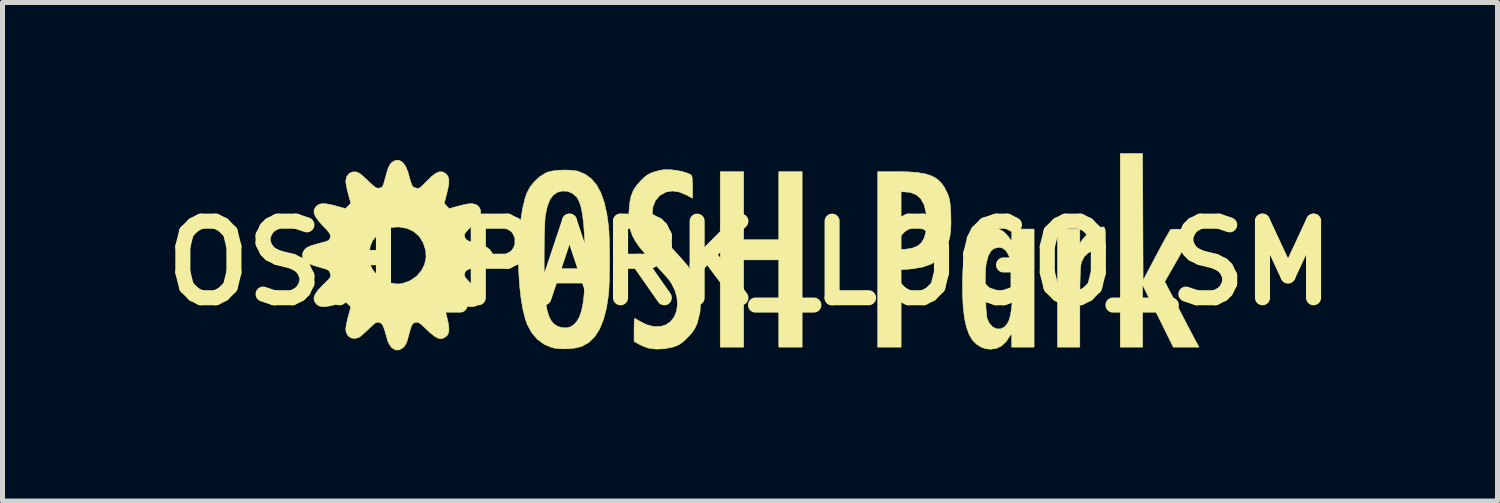
<source format=kicad_pcb>
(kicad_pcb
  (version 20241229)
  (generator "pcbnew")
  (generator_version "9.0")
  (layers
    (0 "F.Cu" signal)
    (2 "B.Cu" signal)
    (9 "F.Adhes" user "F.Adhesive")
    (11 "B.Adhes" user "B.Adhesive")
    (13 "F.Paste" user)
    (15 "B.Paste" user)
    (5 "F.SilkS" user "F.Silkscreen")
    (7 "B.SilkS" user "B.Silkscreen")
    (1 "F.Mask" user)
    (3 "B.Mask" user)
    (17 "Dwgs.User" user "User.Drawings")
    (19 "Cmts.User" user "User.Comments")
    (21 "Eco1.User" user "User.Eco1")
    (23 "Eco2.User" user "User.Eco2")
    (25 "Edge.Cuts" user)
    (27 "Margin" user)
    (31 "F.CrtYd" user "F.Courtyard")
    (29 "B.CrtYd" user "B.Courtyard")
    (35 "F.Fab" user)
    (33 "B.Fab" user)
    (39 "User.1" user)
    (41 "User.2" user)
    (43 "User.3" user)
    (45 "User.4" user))
  (footprint "OSH_PARK_LOGO_SM"
    (layer "F.Cu")
    (at 11.873 2.185)
    (property "Reference" "OSH_PARK_LOGO_SM" (at 0 0 0) (layer "F.SilkS") (effects (font (size 1.524 1.524) (thickness 0.3))))
    (attr through_hole)
    (fp_poly (pts (xy -0.127 -0.466) (xy 0.572 -0.466) (xy 0.572 -1.82) (xy 1.037 -1.82) (xy 1.037 1.672) (xy 0.572 1.672) (xy 0.572 -0.064) (xy -0.127 -0.064) (xy -0.127 1.672) (xy -0.593 1.672) (xy -0.593 -1.82) (xy -0.127 -1.82) (xy -0.127 -0.466)) (stroke (width 0.01) (type solid)) (fill yes) (layer "F.SilkS"))
    (fp_poly (pts (xy 7.051 -0.707) (xy 7.065 -0.669) (xy 7.069 -0.601) (xy 7.07 -0.497) (xy 7.07 -0.275) (xy 6.99 -0.275) (xy 6.851 -0.258) (xy 6.738 -0.21) (xy 6.652 -0.132) (xy 6.597 -0.026) (xy 6.586 0.017) (xy 6.578 0.075) (xy 6.572 0.172) (xy 6.568 0.308) (xy 6.564 0.481) (xy 6.562 0.688) (xy 6.562 0.901) (xy 6.562 1.672) (xy 6.117 1.672) (xy 6.117 -0.677) (xy 6.562 -0.677) (xy 6.562 -0.396) (xy 6.624 -0.481) (xy 6.725 -0.594) (xy 6.841 -0.67) (xy 6.911 -0.696) (xy 6.979 -0.714) (xy 7.025 -0.72) (xy 7.051 -0.707)) (stroke (width 0.01) (type solid)) (fill yes) (layer "F.SilkS"))
    (fp_poly (pts (xy 7.816 -0.919) (xy 7.821 0.342) (xy 8.086 -0.16) (xy 8.157 -0.293) (xy 8.222 -0.414) (xy 8.279 -0.517) (xy 8.325 -0.597) (xy 8.357 -0.65) (xy 8.373 -0.67) (xy 8.402 -0.673) (xy 8.464 -0.675) (xy 8.548 -0.674) (xy 8.62 -0.673) (xy 8.845 -0.667) (xy 8.549 -0.149) (xy 8.252 0.369) (xy 8.346 0.55) (xy 8.389 0.631) (xy 8.445 0.739) (xy 8.509 0.863) (xy 8.575 0.991) (xy 8.615 1.069) (xy 8.678 1.189) (xy 8.739 1.308) (xy 8.795 1.414) (xy 8.84 1.498) (xy 8.862 1.54) (xy 8.934 1.672) (xy 8.422 1.672) (xy 8.116 1.053) (xy 7.811 0.434) (xy 7.811 1.672) (xy 7.366 1.672) (xy 7.366 -2.18) (xy 7.81 -2.18) (xy 7.816 -0.919)) (stroke (width 0.01) (type solid)) (fill yes) (layer "F.SilkS"))
    (fp_poly (pts (xy 3.146 -1.816) (xy 3.332 -1.802) (xy 3.486 -1.776) (xy 3.612 -1.736) (xy 3.714 -1.679) (xy 3.797 -1.605) (xy 3.866 -1.51) (xy 3.925 -1.393) (xy 3.942 -1.352) (xy 3.962 -1.291) (xy 3.976 -1.222) (xy 3.986 -1.136) (xy 3.993 -1.021) (xy 3.996 -0.953) (xy 3.998 -0.776) (xy 3.991 -0.631) (xy 3.973 -0.509) (xy 3.943 -0.398) (xy 3.902 -0.293) (xy 3.826 -0.162) (xy 3.725 -0.057) (xy 3.597 0.022) (xy 3.439 0.077) (xy 3.247 0.111) (xy 3.191 0.117) (xy 3.006 0.132) (xy 3.006 1.672) (xy 2.54 1.672) (xy 2.54 -0.275) (xy 3.006 -0.275) (xy 3.07 -0.275) (xy 3.132 -0.281) (xy 3.208 -0.294) (xy 3.232 -0.299) (xy 3.334 -0.34) (xy 3.411 -0.406) (xy 3.466 -0.5) (xy 3.499 -0.626) (xy 3.513 -0.786) (xy 3.514 -0.831) (xy 3.501 -1.013) (xy 3.463 -1.162) (xy 3.4 -1.277) (xy 3.312 -1.357) (xy 3.198 -1.404) (xy 3.074 -1.418) (xy 3.006 -1.418) (xy 3.006 -0.275) (xy 2.54 -0.275) (xy 2.54 -1.82) (xy 2.922 -1.82) (xy 3.146 -1.816)) (stroke (width 0.01) (type solid)) (fill yes) (layer "F.SilkS"))
    (fp_poly (pts (xy 4.949 -0.683) (xy 5.058 -0.615) (xy 5.134 -0.534) (xy 5.207 -0.438) (xy 5.207 -0.677) (xy 5.652 -0.677) (xy 5.652 1.672) (xy 5.207 1.672) (xy 5.206 1.529) (xy 5.205 1.456) (xy 5.2 1.42) (xy 5.192 1.416) (xy 5.183 1.429) (xy 5.098 1.558) (xy 5.005 1.647) (xy 4.9 1.698) (xy 4.782 1.714) (xy 4.7 1.704) (xy 4.617 1.68) (xy 4.604 1.674) (xy 4.506 1.613) (xy 4.423 1.527) (xy 4.357 1.414) (xy 4.305 1.27) (xy 4.267 1.095) (xy 4.242 0.885) (xy 4.229 0.637) (xy 4.227 0.466) (xy 4.229 0.337) (xy 4.681 0.337) (xy 4.682 0.475) (xy 4.684 0.618) (xy 4.689 0.757) (xy 4.695 0.885) (xy 4.703 0.993) (xy 4.712 1.073) (xy 4.72 1.11) (xy 4.765 1.204) (xy 4.828 1.271) (xy 4.904 1.307) (xy 4.984 1.309) (xy 5.061 1.273) (xy 5.064 1.27) (xy 5.107 1.223) (xy 5.145 1.159) (xy 5.151 1.145) (xy 5.181 1.039) (xy 5.204 0.901) (xy 5.219 0.74) (xy 5.226 0.566) (xy 5.225 0.388) (xy 5.215 0.216) (xy 5.198 0.058) (xy 5.173 -0.074) (xy 5.152 -0.143) (xy 5.101 -0.237) (xy 5.034 -0.295) (xy 4.954 -0.315) (xy 4.865 -0.294) (xy 4.849 -0.287) (xy 4.787 -0.232) (xy 4.738 -0.139) (xy 4.703 -0.007) (xy 4.695 0.037) (xy 4.688 0.11) (xy 4.683 0.213) (xy 4.681 0.337) (xy 4.229 0.337) (xy 4.23 0.267) (xy 4.237 0.102) (xy 4.251 -0.038) (xy 4.271 -0.16) (xy 4.3 -0.273) (xy 4.338 -0.385) (xy 4.405 -0.513) (xy 4.494 -0.612) (xy 4.599 -0.679) (xy 4.714 -0.714) (xy 4.833 -0.716) (xy 4.949 -0.683)) (stroke (width 0.01) (type solid)) (fill yes) (layer "F.SilkS"))
    (fp_poly (pts (xy -1.585 -1.858) (xy -1.569 -1.857) (xy -1.459 -1.844) (xy -1.35 -1.822) (xy -1.255 -1.794) (xy -1.186 -1.763) (xy -1.169 -1.752) (xy -1.155 -1.72) (xy -1.147 -1.652) (xy -1.143 -1.544) (xy -1.143 -1.511) (xy -1.143 -1.291) (xy -1.268 -1.357) (xy -1.415 -1.417) (xy -1.55 -1.435) (xy -1.675 -1.413) (xy -1.788 -1.35) (xy -1.803 -1.338) (xy -1.882 -1.244) (xy -1.931 -1.123) (xy -1.947 -0.982) (xy -1.944 -0.9) (xy -1.934 -0.826) (xy -1.912 -0.756) (xy -1.877 -0.684) (xy -1.823 -0.604) (xy -1.75 -0.512) (xy -1.652 -0.402) (xy -1.527 -0.268) (xy -1.514 -0.254) (xy -1.421 -0.153) (xy -1.332 -0.053) (xy -1.254 0.039) (xy -1.193 0.115) (xy -1.164 0.156) (xy -1.065 0.344) (xy -1.004 0.547) (xy -0.981 0.76) (xy -0.996 0.976) (xy -1.05 1.191) (xy -1.06 1.217) (xy -1.098 1.3) (xy -1.15 1.378) (xy -1.227 1.464) (xy -1.248 1.485) (xy -1.322 1.556) (xy -1.383 1.604) (xy -1.442 1.637) (xy -1.514 1.664) (xy -1.532 1.67) (xy -1.697 1.704) (xy -1.868 1.711) (xy -2.019 1.691) (xy -2.087 1.669) (xy -2.167 1.635) (xy -2.204 1.616) (xy -2.307 1.56) (xy -2.307 1.33) (xy -2.306 1.237) (xy -2.304 1.162) (xy -2.3 1.114) (xy -2.296 1.101) (xy -2.273 1.111) (xy -2.228 1.137) (xy -2.205 1.151) (xy -2.059 1.225) (xy -1.916 1.262) (xy -1.782 1.26) (xy -1.68 1.23) (xy -1.58 1.163) (xy -1.507 1.069) (xy -1.461 0.954) (xy -1.444 0.824) (xy -1.454 0.686) (xy -1.493 0.544) (xy -1.561 0.407) (xy -1.613 0.332) (xy -1.651 0.287) (xy -1.711 0.219) (xy -1.788 0.135) (xy -1.876 0.041) (xy -1.947 -0.034) (xy -2.088 -0.187) (xy -2.198 -0.319) (xy -2.282 -0.438) (xy -2.342 -0.551) (xy -2.382 -0.663) (xy -2.403 -0.783) (xy -2.41 -0.916) (xy -2.408 -1.037) (xy -2.394 -1.2) (xy -2.367 -1.332) (xy -2.323 -1.444) (xy -2.257 -1.545) (xy -2.169 -1.644) (xy -2.097 -1.713) (xy -2.038 -1.758) (xy -1.975 -1.79) (xy -1.895 -1.818) (xy -1.885 -1.821) (xy -1.781 -1.849) (xy -1.689 -1.86) (xy -1.585 -1.858)) (stroke (width 0.01) (type solid)) (fill yes) (layer "F.SilkS"))
    (fp_poly (pts (xy -3.548 -1.847) (xy -3.443 -1.833) (xy -3.415 -1.825) (xy -3.274 -1.765) (xy -3.153 -1.674) (xy -3.051 -1.552) (xy -2.967 -1.396) (xy -2.9 -1.205) (xy -2.849 -0.977) (xy -2.815 -0.737) (xy -2.807 -0.631) (xy -2.801 -0.493) (xy -2.797 -0.332) (xy -2.795 -0.156) (xy -2.795 0.026) (xy -2.797 0.203) (xy -2.801 0.367) (xy -2.807 0.508) (xy -2.815 0.618) (xy -2.816 0.631) (xy -2.856 0.895) (xy -2.915 1.122) (xy -2.993 1.312) (xy -3.089 1.463) (xy -3.205 1.577) (xy -3.34 1.654) (xy -3.36 1.661) (xy -3.469 1.688) (xy -3.602 1.703) (xy -3.74 1.706) (xy -3.867 1.696) (xy -3.937 1.682) (xy -4.093 1.617) (xy -4.23 1.517) (xy -4.344 1.384) (xy -4.432 1.221) (xy -4.467 1.126) (xy -4.517 0.929) (xy -4.556 0.703) (xy -4.584 0.455) (xy -4.601 0.193) (xy -4.607 -0.076) (xy -4.606 -0.134) (xy -4.096 -0.134) (xy -4.096 0.051) (xy -4.094 0.23) (xy -4.09 0.397) (xy -4.085 0.545) (xy -4.079 0.667) (xy -4.071 0.757) (xy -4.068 0.779) (xy -4.038 0.936) (xy -4.002 1.057) (xy -3.957 1.147) (xy -3.9 1.212) (xy -3.829 1.257) (xy -3.821 1.261) (xy -3.732 1.286) (xy -3.64 1.287) (xy -3.57 1.267) (xy -3.501 1.221) (xy -3.442 1.155) (xy -3.394 1.069) (xy -3.355 0.958) (xy -3.325 0.819) (xy -3.304 0.65) (xy -3.29 0.448) (xy -3.283 0.209) (xy -3.281 0.003) (xy -3.285 -0.299) (xy -3.295 -0.56) (xy -3.311 -0.782) (xy -3.333 -0.966) (xy -3.362 -1.114) (xy -3.398 -1.226) (xy -3.441 -1.305) (xy -3.443 -1.308) (xy -3.528 -1.386) (xy -3.632 -1.429) (xy -3.739 -1.434) (xy -3.837 -1.408) (xy -3.917 -1.351) (xy -3.981 -1.263) (xy -4.03 -1.138) (xy -4.067 -0.976) (xy -4.068 -0.971) (xy -4.077 -0.898) (xy -4.083 -0.789) (xy -4.089 -0.651) (xy -4.093 -0.492) (xy -4.095 -0.317) (xy -4.096 -0.134) (xy -4.606 -0.134) (xy -4.603 -0.346) (xy -4.588 -0.608) (xy -4.562 -0.856) (xy -4.526 -1.082) (xy -4.479 -1.279) (xy -4.444 -1.386) (xy -4.382 -1.505) (xy -4.293 -1.618) (xy -4.187 -1.717) (xy -4.074 -1.789) (xy -4.022 -1.811) (xy -3.926 -1.834) (xy -3.805 -1.848) (xy -3.674 -1.852) (xy -3.548 -1.847)) (stroke (width 0.01) (type solid)) (fill yes) (layer "F.SilkS"))
    (fp_poly (pts (xy -6.974 -2.043) (xy -6.908 -2.001) (xy -6.852 -1.925) (xy -6.808 -1.817) (xy -6.805 -1.808) (xy -6.773 -1.693) (xy -6.75 -1.613) (xy -6.73 -1.56) (xy -6.713 -1.528) (xy -6.694 -1.511) (xy -6.669 -1.5) (xy -6.651 -1.495) (xy -6.617 -1.487) (xy -6.589 -1.49) (xy -6.558 -1.507) (xy -6.517 -1.544) (xy -6.456 -1.606) (xy -6.437 -1.626) (xy -6.335 -1.725) (xy -6.249 -1.789) (xy -6.176 -1.818) (xy -6.112 -1.814) (xy -6.053 -1.779) (xy -6.042 -1.768) (xy -6.009 -1.723) (xy -5.993 -1.666) (xy -5.993 -1.589) (xy -6.01 -1.485) (xy -6.037 -1.372) (xy -6.084 -1.187) (xy -6.036 -1.136) (xy -5.987 -1.084) (xy -5.804 -1.135) (xy -5.71 -1.158) (xy -5.622 -1.176) (xy -5.555 -1.185) (xy -5.54 -1.185) (xy -5.455 -1.168) (xy -5.394 -1.12) (xy -5.361 -1.052) (xy -5.361 -0.972) (xy -5.379 -0.925) (xy -5.403 -0.89) (xy -5.45 -0.834) (xy -5.511 -0.768) (xy -5.548 -0.73) (xy -5.614 -0.661) (xy -5.656 -0.613) (xy -5.677 -0.578) (xy -5.682 -0.549) (xy -5.676 -0.519) (xy -5.663 -0.488) (xy -5.639 -0.462) (xy -5.596 -0.438) (xy -5.529 -0.413) (xy -5.432 -0.385) (xy -5.336 -0.359) (xy -5.25 -0.324) (xy -5.18 -0.271) (xy -5.134 -0.208) (xy -5.122 -0.159) (xy -5.142 -0.092) (xy -5.199 -0.03) (xy -5.285 0.023) (xy -5.368 0.053) (xy -5.482 0.085) (xy -5.563 0.11) (xy -5.615 0.13) (xy -5.647 0.149) (xy -5.665 0.17) (xy -5.675 0.196) (xy -5.676 0.202) (xy -5.682 0.235) (xy -5.675 0.265) (xy -5.651 0.302) (xy -5.606 0.353) (xy -5.559 0.402) (xy -5.463 0.505) (xy -5.398 0.587) (xy -5.362 0.654) (xy -5.353 0.711) (xy -5.368 0.765) (xy -5.399 0.812) (xy -5.44 0.847) (xy -5.497 0.865) (xy -5.576 0.866) (xy -5.683 0.85) (xy -5.805 0.821) (xy -5.99 0.774) (xy -6.037 0.821) (xy -6.084 0.868) (xy -6.037 1.053) (xy -6.005 1.189) (xy -5.991 1.293) (xy -5.994 1.369) (xy -6.014 1.424) (xy -6.046 1.459) (xy -6.101 1.493) (xy -6.154 1.505) (xy -6.213 1.492) (xy -6.281 1.453) (xy -6.366 1.384) (xy -6.456 1.3) (xy -6.524 1.236) (xy -6.572 1.197) (xy -6.608 1.179) (xy -6.64 1.177) (xy -6.653 1.179) (xy -6.685 1.188) (xy -6.71 1.206) (xy -6.731 1.239) (xy -6.752 1.296) (xy -6.776 1.381) (xy -6.796 1.455) (xy -6.824 1.553) (xy -6.852 1.619) (xy -6.884 1.664) (xy -6.904 1.683) (xy -6.979 1.727) (xy -7.05 1.729) (xy -7.119 1.689) (xy -7.133 1.676) (xy -7.177 1.615) (xy -7.212 1.541) (xy -7.217 1.522) (xy -7.251 1.398) (xy -7.278 1.309) (xy -7.302 1.249) (xy -7.326 1.211) (xy -7.353 1.19) (xy -7.377 1.182) (xy -7.408 1.176) (xy -7.437 1.182) (xy -7.473 1.204) (xy -7.521 1.246) (xy -7.588 1.31) (xy -7.657 1.376) (xy -7.72 1.431) (xy -7.767 1.469) (xy -7.783 1.479) (xy -7.866 1.501) (xy -7.941 1.487) (xy -8.002 1.441) (xy -8.037 1.369) (xy -8.043 1.318) (xy -8.038 1.261) (xy -8.022 1.178) (xy -8.001 1.084) (xy -7.993 1.054) (xy -7.942 0.871) (xy -7.994 0.822) (xy -8.045 0.774) (xy -8.23 0.821) (xy -8.361 0.852) (xy -8.46 0.866) (xy -8.533 0.864) (xy -8.589 0.845) (xy -8.626 0.816) (xy -8.668 0.758) (xy -8.678 0.696) (xy -8.655 0.625) (xy -8.598 0.542) (xy -8.506 0.442) (xy -8.484 0.421) (xy -8.415 0.354) (xy -8.372 0.309) (xy -8.35 0.276) (xy -8.345 0.248) (xy -8.35 0.217) (xy -8.353 0.207) (xy -8.362 0.178) (xy -8.375 0.156) (xy -8.397 0.138) (xy -8.437 0.12) (xy -8.5 0.1) (xy -8.593 0.073) (xy -8.666 0.053) (xy -8.776 0.01) (xy -8.855 -0.046) (xy -8.899 -0.111) (xy -8.906 -0.181) (xy -8.89 -0.218) (xy -7.575 -0.218) (xy -7.575 -0.121) (xy -7.566 -0.026) (xy -7.55 0.044) (xy -7.521 0.108) (xy -7.503 0.139) (xy -7.41 0.252) (xy -7.293 0.338) (xy -7.159 0.394) (xy -7.019 0.415) (xy -6.964 0.413) (xy -6.89 0.397) (xy -6.804 0.367) (xy -6.753 0.344) (xy -6.633 0.261) (xy -6.539 0.152) (xy -6.475 0.025) (xy -6.446 -0.112) (xy -6.453 -0.25) (xy -6.503 -0.406) (xy -6.582 -0.533) (xy -6.689 -0.628) (xy -6.821 -0.691) (xy -6.976 -0.718) (xy -7.021 -0.719) (xy -7.164 -0.706) (xy -7.283 -0.663) (xy -7.391 -0.586) (xy -7.426 -0.551) (xy -7.507 -0.451) (xy -7.555 -0.343) (xy -7.575 -0.218) (xy -8.89 -0.218) (xy -8.874 -0.254) (xy -8.87 -0.259) (xy -8.84 -0.29) (xy -8.804 -0.316) (xy -8.751 -0.34) (xy -8.674 -0.365) (xy -8.566 -0.395) (xy -8.538 -0.403) (xy -8.453 -0.426) (xy -8.401 -0.444) (xy -8.372 -0.464) (xy -8.358 -0.489) (xy -8.352 -0.513) (xy -8.349 -0.546) (xy -8.357 -0.577) (xy -8.381 -0.614) (xy -8.425 -0.666) (xy -8.487 -0.731) (xy -8.583 -0.837) (xy -8.645 -0.924) (xy -8.675 -0.996) (xy -8.674 -1.058) (xy -8.644 -1.114) (xy -8.626 -1.133) (xy -8.581 -1.167) (xy -8.522 -1.182) (xy -8.444 -1.181) (xy -8.34 -1.163) (xy -8.231 -1.135) (xy -8.048 -1.085) (xy -7.943 -1.19) (xy -7.993 -1.373) (xy -8.016 -1.466) (xy -8.034 -1.554) (xy -8.043 -1.621) (xy -8.043 -1.636) (xy -8.026 -1.72) (xy -7.979 -1.781) (xy -7.913 -1.814) (xy -7.836 -1.815) (xy -7.768 -1.786) (xy -7.729 -1.755) (xy -7.671 -1.704) (xy -7.603 -1.641) (xy -7.577 -1.616) (xy -7.509 -1.552) (xy -7.462 -1.513) (xy -7.427 -1.494) (xy -7.396 -1.491) (xy -7.372 -1.494) (xy -7.339 -1.503) (xy -7.316 -1.521) (xy -7.297 -1.555) (xy -7.278 -1.615) (xy -7.261 -1.68) (xy -7.229 -1.796) (xy -7.203 -1.879) (xy -7.179 -1.936) (xy -7.154 -1.975) (xy -7.124 -2.006) (xy -7.117 -2.012) (xy -7.045 -2.047) (xy -6.974 -2.043)) (stroke (width 0.01) (type solid)) (fill yes) (layer "F.SilkS")))
  (gr_rect
    (start -3 -3)
    (end 26.745 6.919)
    (stroke (width 0.1) (type default))
    (fill no)
    (layer "Edge.Cuts")))
</source>
